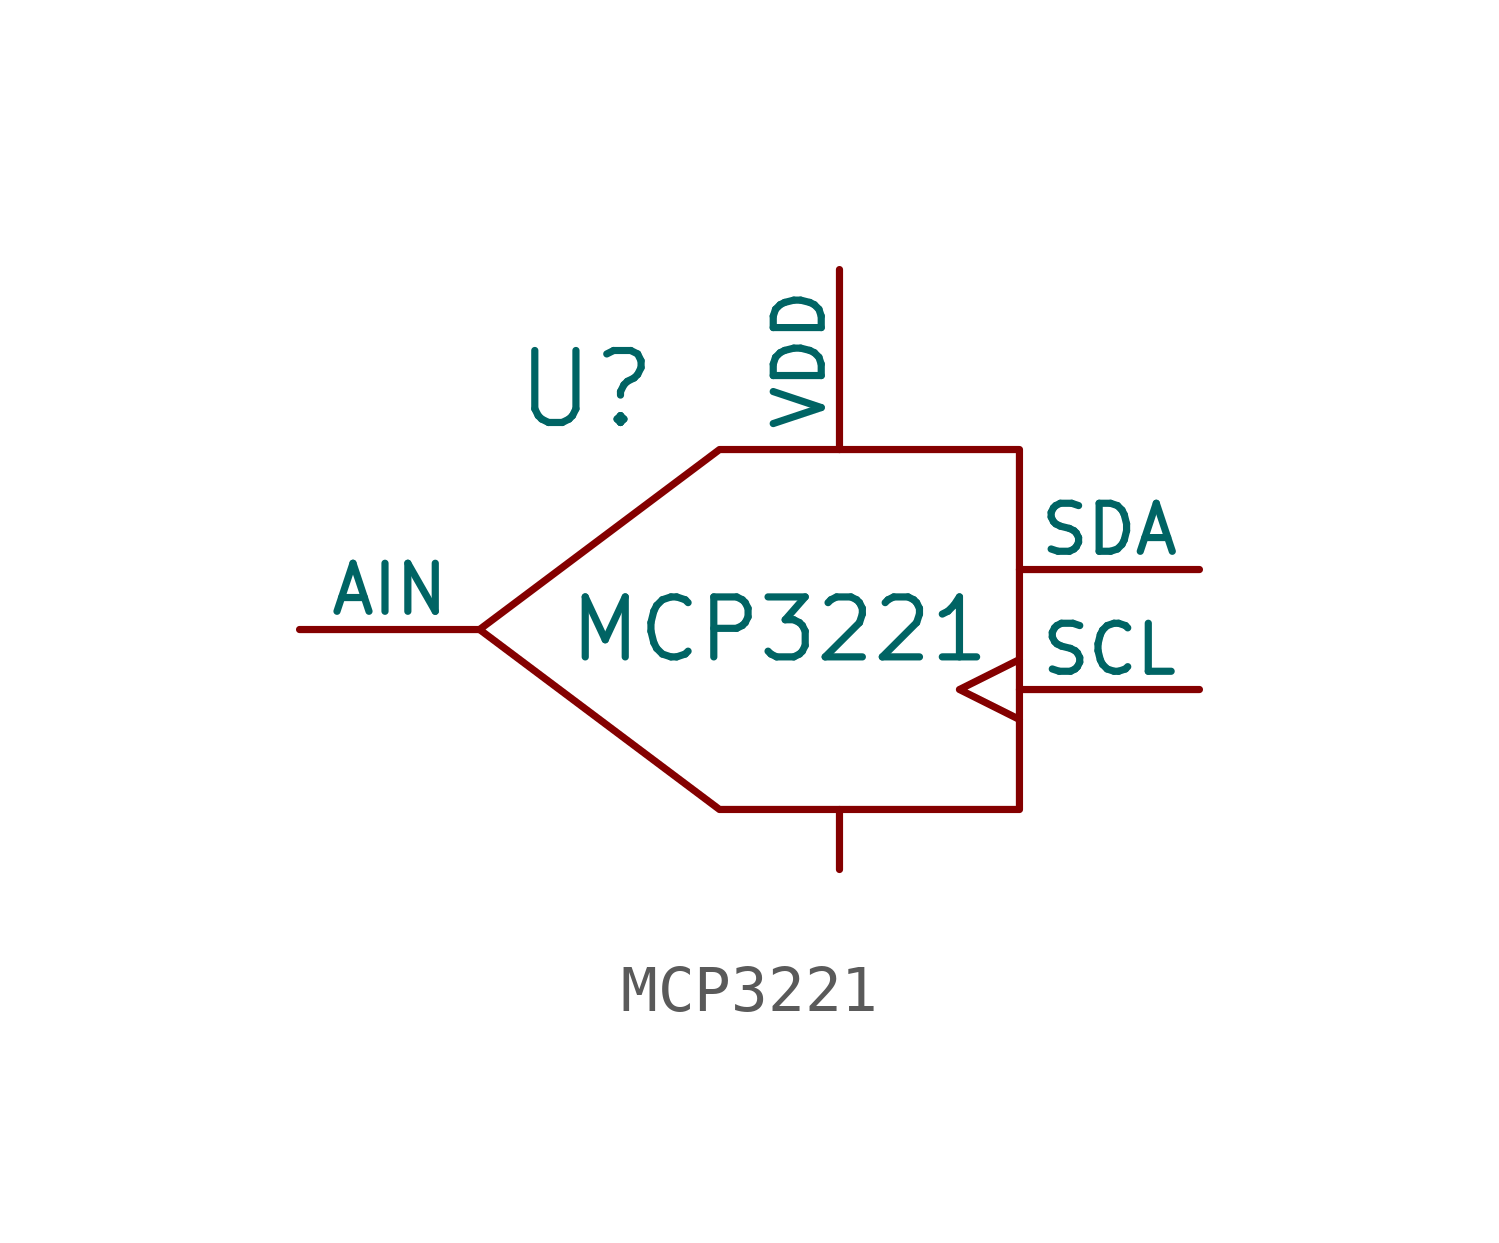
<source format=kicad_sym>
(kicad_symbol_lib
  (version 20211014)
  (generator kicad_symbol_editor)
  (symbol "MCP3221"
    (pin_numbers hide)
    (pin_names
      (offset 0))
    (property "Reference" "U"
      (at -3.81 5.08 0)
      (effects (font (size 1.524 1.524)) (justify right)))
    (property "Value" "MCP3221"
      (at -1.27 0 0)
      (effects (font (size 1.27 1.27))))
    (symbol "MCP3221_0_1"
      (polyline (pts (xy 3.81 3.81) (xy 3.81 -3.81) (xy -2.54 -3.81) (xy -7.62 0) (xy -2.54 3.81) (xy 3.81 3.81)) (stroke (width 0) (type default) (color 0 0 0 0)) (fill (type none))))
    (symbol "MCP3221_1_1"
      (pin power_in line (at 0 7.62 270) (length 3.81) (name "VDD" (effects (font (size 1.016 1.016)))) (number "1" (effects (font (size 1.27 1.27)))))
      (pin power_in line (at 0 -5.08 90) (length 1.27) (name "~" (effects (font (size 1.27 1.27)))) (number "2" (effects (font (size 1.27 1.27)))))
      (pin passive line (at -11.43 0 0) (length 3.81) (name "AIN" (effects (font (size 1.016 1.016)))) (number "3" (effects (font (size 1.27 1.27)))))
      (pin open_collector line (at 7.62 1.27 180) (length 3.81) (name "SDA" (effects (font (size 1.016 1.016)))) (number "4" (effects (font (size 1.27 1.27)))))
      (pin input clock (at 7.62 -1.27 180) (length 3.81) (name "SCL" (effects (font (size 1.016 1.016)))) (number "5" (effects (font (size 1.27 1.27))))))))
</source>
